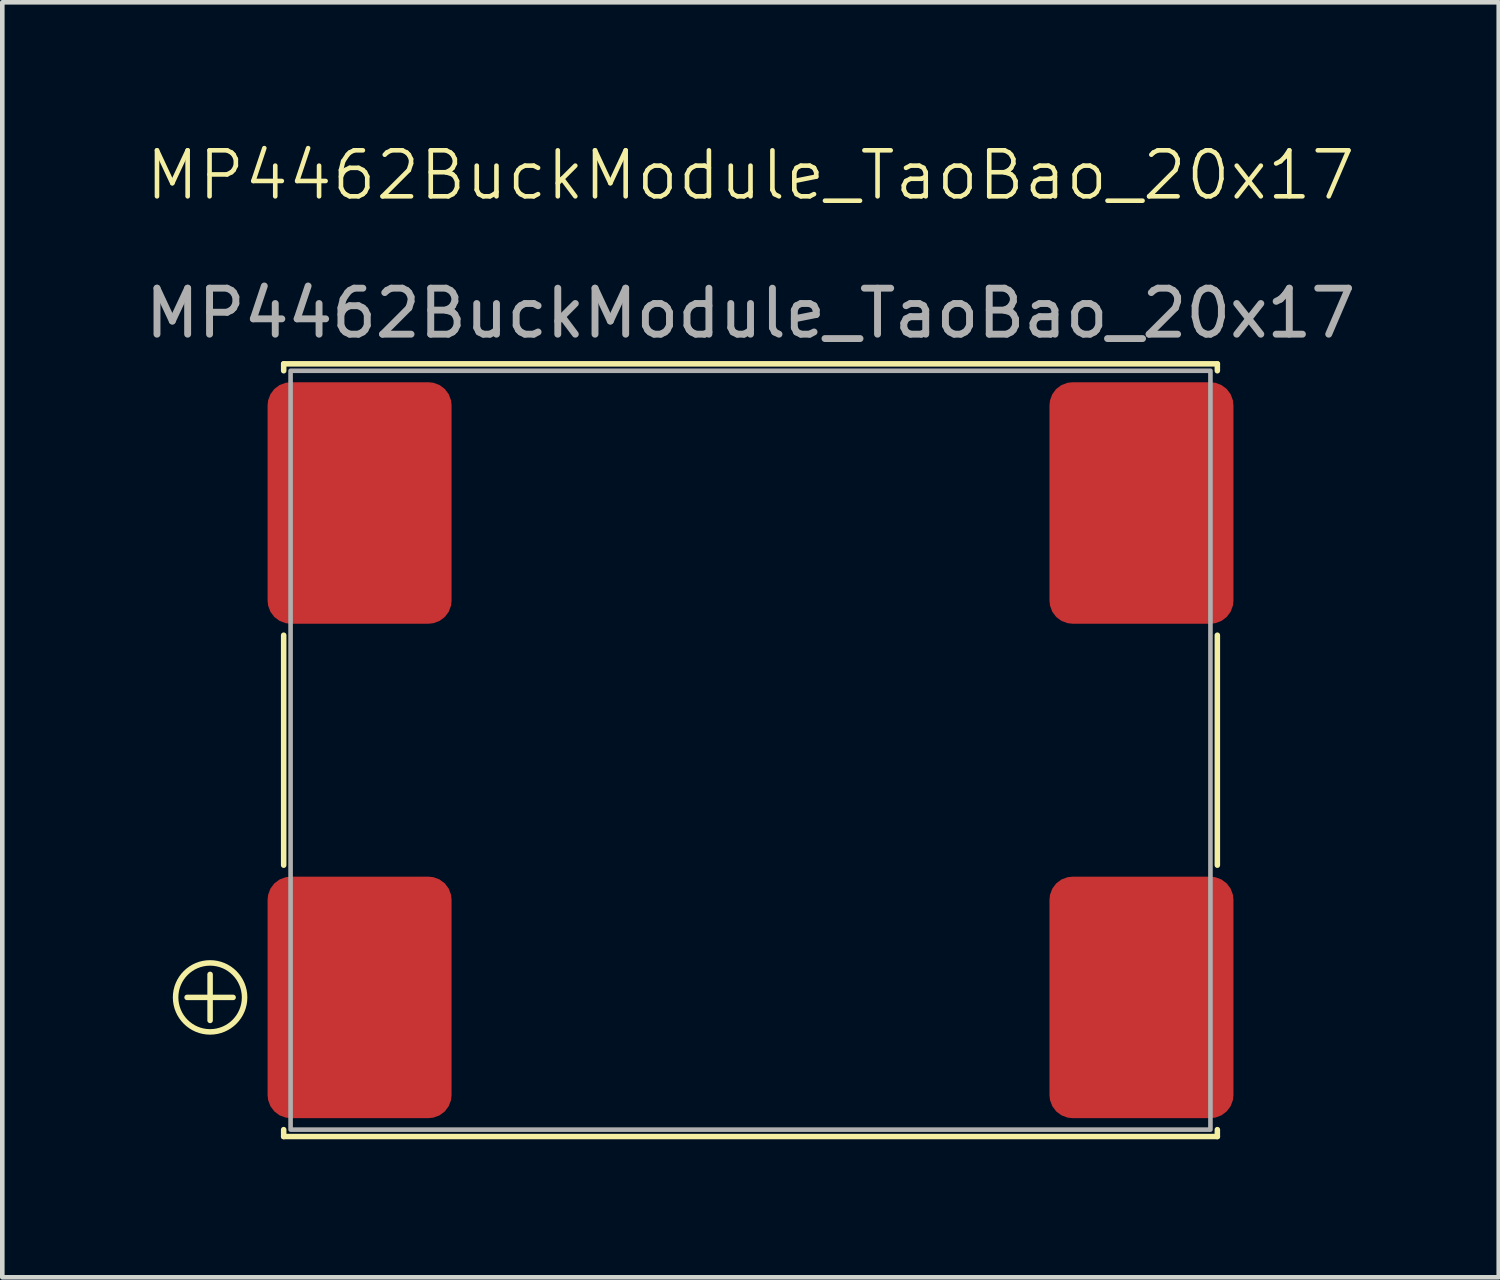
<source format=kicad_pcb>
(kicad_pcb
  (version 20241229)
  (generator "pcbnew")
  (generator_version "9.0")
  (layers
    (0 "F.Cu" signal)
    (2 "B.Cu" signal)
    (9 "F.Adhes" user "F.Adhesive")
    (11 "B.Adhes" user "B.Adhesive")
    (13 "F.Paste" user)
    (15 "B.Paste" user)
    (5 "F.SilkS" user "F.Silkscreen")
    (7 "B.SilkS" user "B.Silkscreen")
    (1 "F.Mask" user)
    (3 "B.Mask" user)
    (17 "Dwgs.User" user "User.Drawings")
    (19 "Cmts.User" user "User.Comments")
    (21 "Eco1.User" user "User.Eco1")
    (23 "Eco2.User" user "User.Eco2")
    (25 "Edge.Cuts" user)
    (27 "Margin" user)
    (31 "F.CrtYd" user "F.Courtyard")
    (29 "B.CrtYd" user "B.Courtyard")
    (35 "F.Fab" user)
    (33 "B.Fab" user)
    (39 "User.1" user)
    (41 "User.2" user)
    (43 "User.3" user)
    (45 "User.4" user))
  (footprint "MP4462BuckModule_TaoBao_20x17"
    (layer "F.Cu")
    (at 13.268 13.261)
    (property "Reference" "MP4462BuckModule_TaoBao_20x17" (at 0 -12.5 0) (unlocked yes) (layer "F.SilkS") (effects (font (size 1 1) (thickness 0.1))))
    (attr smd)
    (fp_line (start -12.25 5.375) (end -11.25 5.375) (stroke (width 0.12) (type solid)) (layer "F.SilkS"))
    (fp_line (start -11.75 4.875) (end -11.75 5.875) (stroke (width 0.12) (type solid)) (layer "F.SilkS"))
    (fp_line (start -10.15 -8.4) (end 10.15 -8.4) (stroke (width 0.12) (type solid)) (layer "F.SilkS"))
    (fp_line (start -10.15 -8.25) (end -10.15 -8.4) (stroke (width 0.12) (type solid)) (layer "F.SilkS"))
    (fp_line (start -10.15 -2.5) (end -10.15 2.5) (stroke (width 0.12) (type solid)) (layer "F.SilkS"))
    (fp_line (start -10.15 8.25) (end -10.15 8.4) (stroke (width 0.12) (type solid)) (layer "F.SilkS"))
    (fp_line (start -10.15 8.4) (end 10.15 8.4) (stroke (width 0.12) (type solid)) (layer "F.SilkS"))
    (fp_line (start 10.15 -8.25) (end 10.15 -8.4) (stroke (width 0.12) (type solid)) (layer "F.SilkS"))
    (fp_line (start 10.15 -2.5) (end 10.15 2.5) (stroke (width 0.12) (type solid)) (layer "F.SilkS"))
    (fp_line (start 10.15 8.4) (end 10.15 8.25) (stroke (width 0.12) (type solid)) (layer "F.SilkS"))
    (fp_circle (center -11.75 5.375) (end -11 5.375) (stroke (width 0.12) (type solid)) (fill no) (layer "F.SilkS"))
    (fp_rect (start -10 -8.25) (end 10 8.25) (stroke (width 0.1) (type solid)) (fill no) (layer "F.Fab"))
    (fp_text user "${REFERENCE}" (at 0 -9.5 0) (unlocked yes) (layer "F.Fab") (effects (font (size 1 1) (thickness 0.15))))
    (pad "1" smd roundrect (at -8.5 5.375) (size 4 5.25) (layers "F.Cu" "F.Mask") (roundrect_rratio 0.125))
    (pad "2" smd roundrect (at -8.5 -5.375) (size 4 5.25) (layers "F.Cu" "F.Mask") (roundrect_rratio 0.125))
    (pad "2" smd roundrect (at 8.5 -5.375) (size 4 5.25) (layers "F.Cu" "F.Mask") (roundrect_rratio 0.125))
    (pad "3" smd roundrect (at 8.5 5.375) (size 4 5.25) (layers "F.Cu" "F.Mask") (roundrect_rratio 0.125)))
  (gr_rect
    (start -3 -3)
    (end 29.536 24.721)
    (stroke (width 0.1) (type default))
    (fill no)
    (layer "Edge.Cuts")))
</source>
